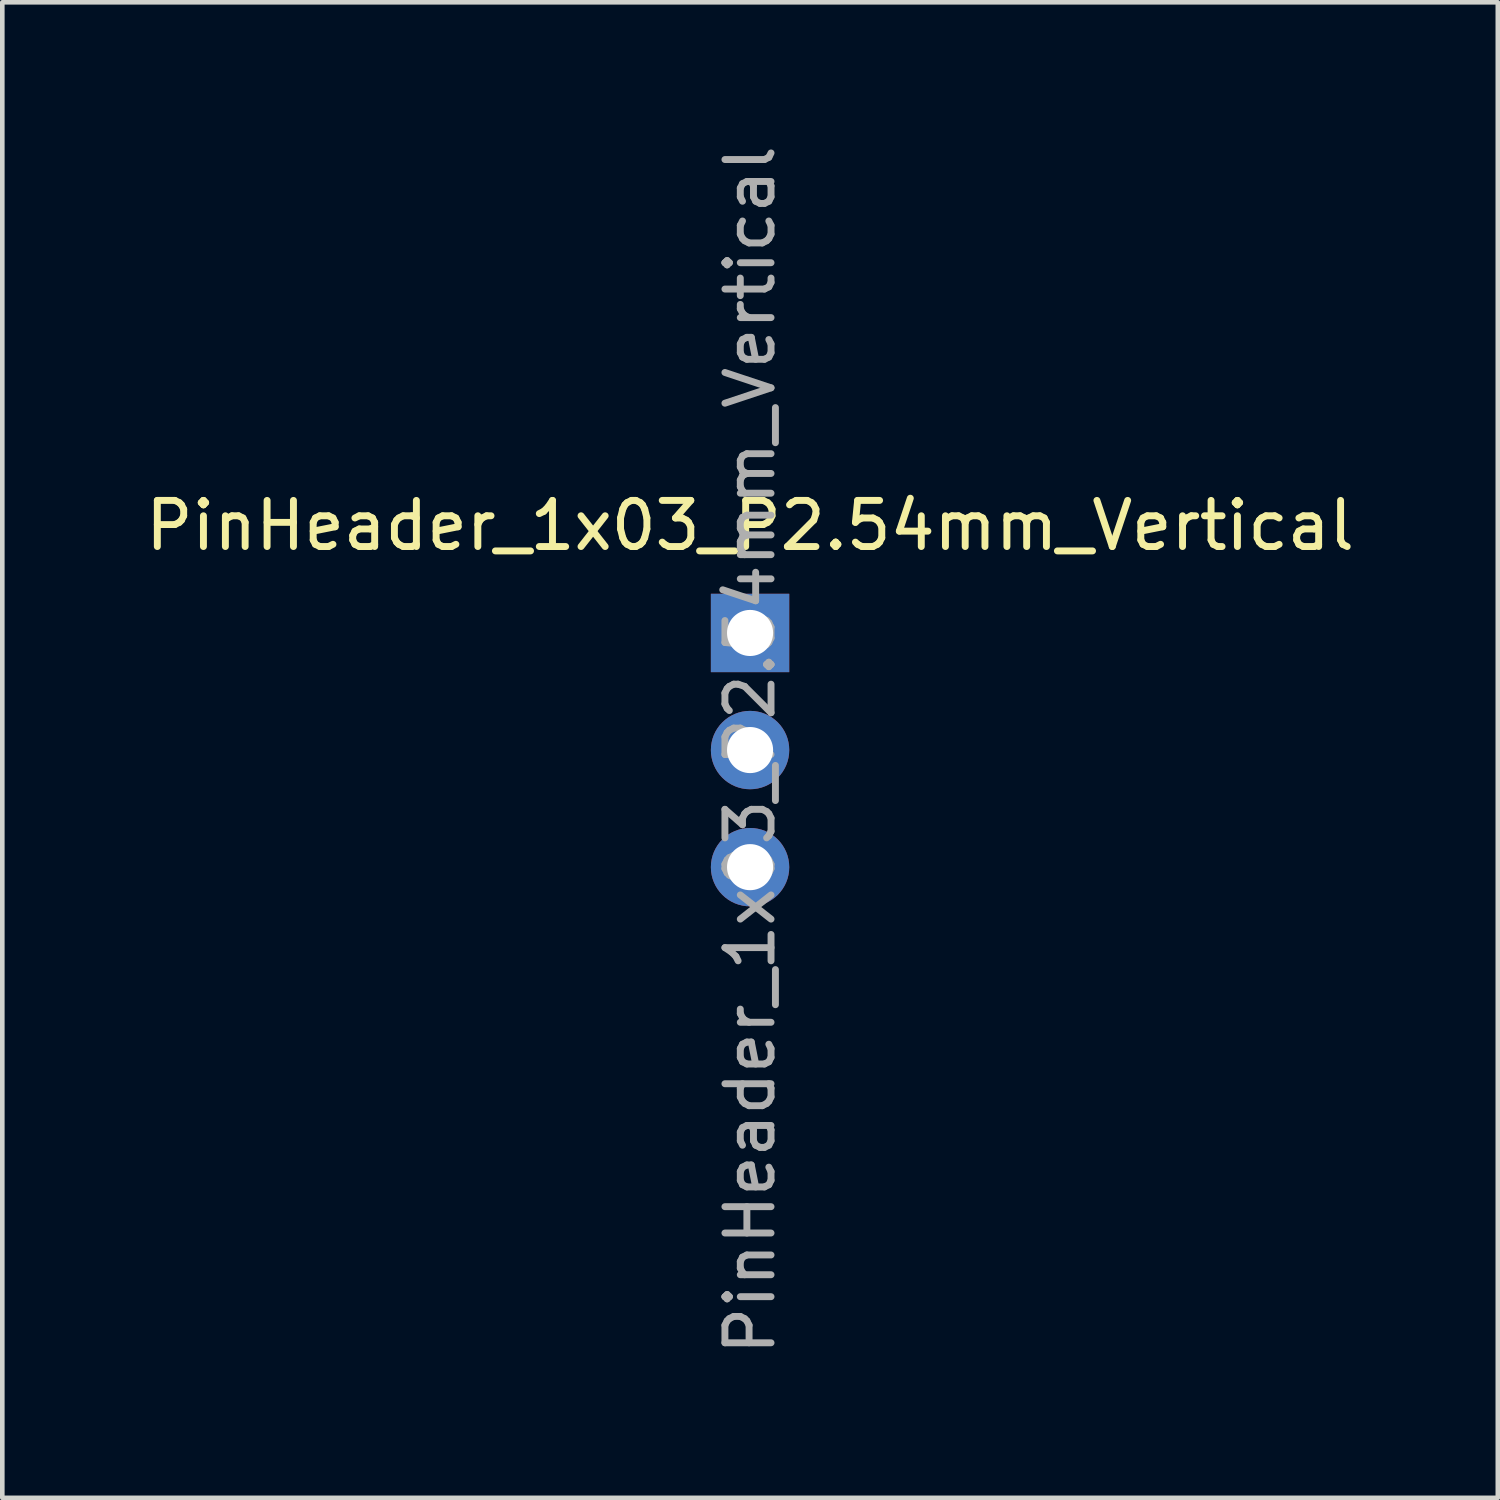
<source format=kicad_pcb>
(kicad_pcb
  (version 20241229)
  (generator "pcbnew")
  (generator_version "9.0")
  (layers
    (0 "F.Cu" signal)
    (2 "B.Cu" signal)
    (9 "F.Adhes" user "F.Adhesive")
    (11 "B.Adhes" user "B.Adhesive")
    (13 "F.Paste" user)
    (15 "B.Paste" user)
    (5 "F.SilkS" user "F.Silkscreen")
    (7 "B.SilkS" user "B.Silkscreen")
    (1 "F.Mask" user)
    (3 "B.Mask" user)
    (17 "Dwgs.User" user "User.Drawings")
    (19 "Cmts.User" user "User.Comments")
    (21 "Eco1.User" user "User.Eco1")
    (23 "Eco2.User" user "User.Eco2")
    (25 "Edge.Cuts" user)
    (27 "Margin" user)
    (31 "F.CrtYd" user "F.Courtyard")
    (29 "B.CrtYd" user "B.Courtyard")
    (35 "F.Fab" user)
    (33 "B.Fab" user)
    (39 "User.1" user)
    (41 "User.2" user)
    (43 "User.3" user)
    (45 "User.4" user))
  (footprint "PinHeader_1x03_P2.54mm_Vertical"
    (layer "F.Cu")
    (at 13.22 10.68)
    (property "Reference" "PinHeader_1x03_P2.54mm_Vertical" (at 0 -2.33 0) (layer "F.SilkS") (effects (font (size 1 1) (thickness 0.15))))
    (attr through_hole)
    (fp_text user "${REFERENCE}" (at 0 2.54 90) (layer "F.Fab") (effects (font (size 1 1) (thickness 0.15))))
    (pad "1" thru_hole rect (at 0 0) (size 1.7 1.7) (drill 1) (layers "*.Cu" "*.Mask"))
    (pad "2" thru_hole oval (at 0 2.54) (size 1.7 1.7) (drill 1) (layers "*.Cu" "*.Mask"))
    (pad "3" thru_hole oval (at 0 5.08) (size 1.7 1.7) (drill 1) (layers "*.Cu" "*.Mask")))
  (gr_rect
    (start -3 -3)
    (end 29.44 29.44)
    (stroke (width 0.1) (type default))
    (fill no)
    (layer "Edge.Cuts")))
</source>
